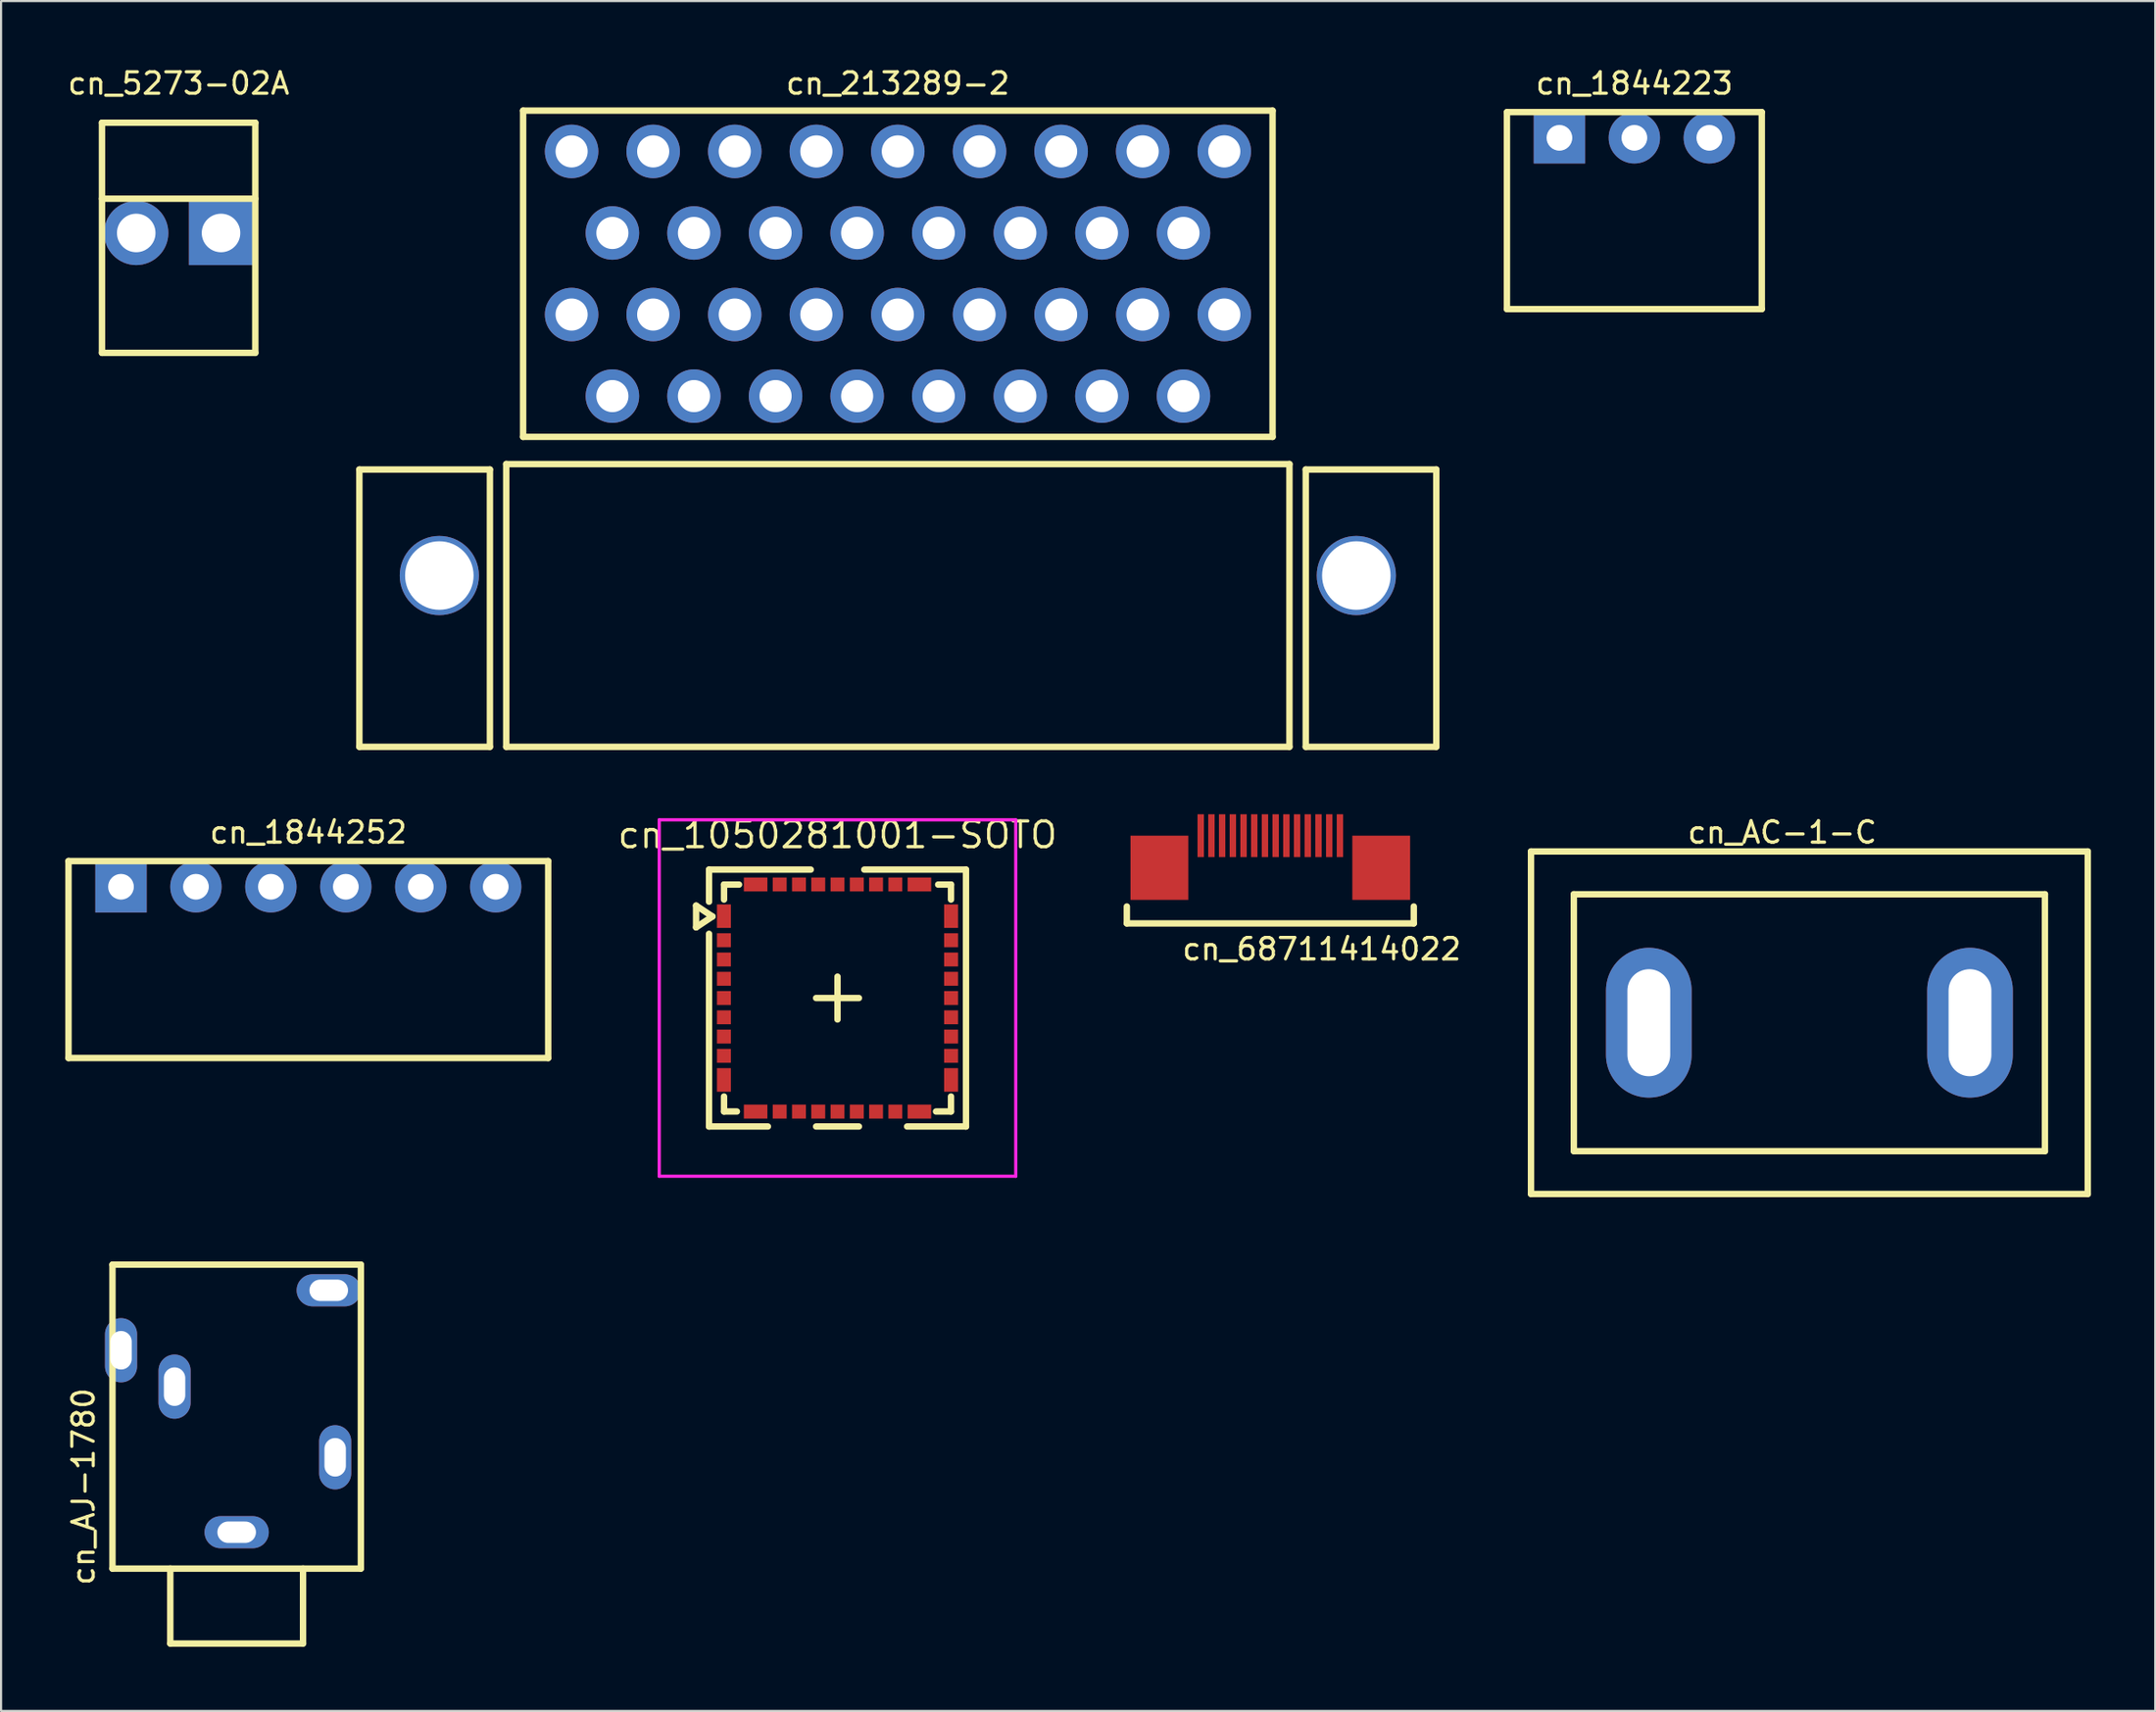
<source format=kicad_pcb>
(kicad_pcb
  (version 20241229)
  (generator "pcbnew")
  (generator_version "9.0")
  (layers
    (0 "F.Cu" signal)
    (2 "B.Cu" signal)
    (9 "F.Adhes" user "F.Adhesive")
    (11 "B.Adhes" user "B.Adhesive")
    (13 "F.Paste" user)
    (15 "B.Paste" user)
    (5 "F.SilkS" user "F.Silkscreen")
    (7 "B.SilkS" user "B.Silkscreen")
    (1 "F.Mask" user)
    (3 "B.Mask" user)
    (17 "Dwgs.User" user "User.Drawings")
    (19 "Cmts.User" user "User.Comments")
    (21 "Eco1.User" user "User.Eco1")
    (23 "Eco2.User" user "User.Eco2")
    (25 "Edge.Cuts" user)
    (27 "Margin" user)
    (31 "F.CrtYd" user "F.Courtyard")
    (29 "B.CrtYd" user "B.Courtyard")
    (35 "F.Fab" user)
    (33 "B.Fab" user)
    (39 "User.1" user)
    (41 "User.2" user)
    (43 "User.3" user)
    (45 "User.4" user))
  (footprint "cn_68711414022"
    (layer "F.Cu")
    (at 56.274 35.486)
    (property "Reference" "cn_68711414022" (at 2.4 5.8 0) (layer "F.SilkS") (effects (font (size 1 1) (thickness 0.15))))
    (attr smd)
    (fp_line (start -6.7 3.81) (end -6.7 4.6) (stroke (width 0.3) (type solid)) (layer "F.SilkS"))
    (fp_line (start -6.7 4.6) (end 6.7 4.6) (stroke (width 0.3) (type solid)) (layer "F.SilkS"))
    (fp_line (start 6.7 4.6) (end 6.7 3.81) (stroke (width 0.3) (type solid)) (layer "F.SilkS"))
    (pad "1" smd rect (at -3.25 0.5) (size 0.3 2) (layers "F.Cu" "F.Mask" "F.Paste"))
    (pad "2" smd rect (at -2.75 0.5) (size 0.3 2) (layers "F.Cu" "F.Mask" "F.Paste"))
    (pad "3" smd rect (at -2.25 0.5) (size 0.3 2) (layers "F.Cu" "F.Mask" "F.Paste"))
    (pad "4" smd rect (at -1.75 0.5) (size 0.3 2) (layers "F.Cu" "F.Mask" "F.Paste"))
    (pad "5" smd rect (at -1.25 0.5) (size 0.3 2) (layers "F.Cu" "F.Mask" "F.Paste"))
    (pad "6" smd rect (at -0.75 0.5) (size 0.3 2) (layers "F.Cu" "F.Mask" "F.Paste"))
    (pad "7" smd rect (at -0.25 0.5) (size 0.3 2) (layers "F.Cu" "F.Mask" "F.Paste"))
    (pad "8" smd rect (at 0.25 0.5) (size 0.3 2) (layers "F.Cu" "F.Mask" "F.Paste"))
    (pad "9" smd rect (at 0.75 0.5) (size 0.3 2) (layers "F.Cu" "F.Mask" "F.Paste"))
    (pad "10" smd rect (at 1.25 0.5) (size 0.3 2) (layers "F.Cu" "F.Mask" "F.Paste"))
    (pad "11" smd rect (at 1.75 0.5) (size 0.3 2) (layers "F.Cu" "F.Mask" "F.Paste"))
    (pad "12" smd rect (at 2.25 0.5) (size 0.3 2) (layers "F.Cu" "F.Mask" "F.Paste"))
    (pad "13" smd rect (at 2.75 0.5) (size 0.3 2) (layers "F.Cu" "F.Mask" "F.Paste"))
    (pad "14" smd rect (at 3.25 0.5) (size 0.3 2) (layers "F.Cu" "F.Mask" "F.Paste"))
    (pad "15" smd rect (at -5.18 2) (size 2.7 3) (layers "F.Cu" "F.Mask" "F.Paste"))
    (pad "16" smd rect (at 5.18 2) (size 2.7 3) (layers "F.Cu" "F.Mask" "F.Paste")))
  (footprint "cn_AJ-1780"
    (layer "F.Cu")
    (at 8.002 70.225)
    (property "Reference" "cn_AJ-1780" (at -7.154 -3.832 90) (layer "F.SilkS") (effects (font (size 1 1) (thickness 0.15))))
    (attr through_hole)
    (fp_line (start -5.8 -14.2) (end 5.8 -14.2) (stroke (width 0.3) (type solid)) (layer "F.SilkS"))
    (fp_line (start -5.8 0) (end -5.8 -14.2) (stroke (width 0.3) (type solid)) (layer "F.SilkS"))
    (fp_line (start -3.1 0) (end -3.1 3.5) (stroke (width 0.3) (type solid)) (layer "F.SilkS"))
    (fp_line (start -3.1 3.5) (end 3.1 3.5) (stroke (width 0.3) (type solid)) (layer "F.SilkS"))
    (fp_line (start 3.1 3.5) (end 3.1 0) (stroke (width 0.3) (type solid)) (layer "F.SilkS"))
    (fp_line (start 5.8 -14.2) (end 5.8 0) (stroke (width 0.3) (type solid)) (layer "F.SilkS"))
    (fp_line (start 5.8 0) (end -5.8 0) (stroke (width 0.3) (type solid)) (layer "F.SilkS"))
    (pad "1" thru_hole oval (at 0 -1.7) (size 3 1.5) (drill oval 1.8 1) (layers "*.Cu" "*.Mask"))
    (pad "2" thru_hole oval (at -5.4 -10.2) (size 1.5 3) (drill oval 1 1.8) (layers "*.Cu" "*.Mask"))
    (pad "3" thru_hole oval (at -2.9 -8.5) (size 1.5 3) (drill oval 1 1.8) (layers "*.Cu" "*.Mask"))
    (pad "4" thru_hole oval (at 4.3 -13) (size 3 1.5) (drill oval 1.8 1) (layers "*.Cu" "*.Mask"))
    (pad "5" thru_hole oval (at 4.6 -5.2) (size 1.5 3) (drill oval 1 1.8) (layers "*.Cu" "*.Mask")))
  (footprint "cn_AC-1-C"
    (layer "F.Cu")
    (at 81.449 44.724)
    (property "Reference" "cn_AC-1-C" (at -1.27 -8.89 0) (layer "F.SilkS") (effects (font (size 1 1) (thickness 0.15))))
    (attr through_hole)
    (fp_line (start -13 -8) (end -13 8) (stroke (width 0.3) (type solid)) (layer "F.SilkS"))
    (fp_line (start -13 8) (end 13 8) (stroke (width 0.3) (type solid)) (layer "F.SilkS"))
    (fp_line (start -11 -6) (end -11 6) (stroke (width 0.3) (type solid)) (layer "F.SilkS"))
    (fp_line (start -11 6) (end 11 6) (stroke (width 0.3) (type solid)) (layer "F.SilkS"))
    (fp_line (start 11 -6) (end -11 -6) (stroke (width 0.3) (type solid)) (layer "F.SilkS"))
    (fp_line (start 11 6) (end 11 -6) (stroke (width 0.3) (type solid)) (layer "F.SilkS"))
    (fp_line (start 13 -8) (end -13 -8) (stroke (width 0.3) (type solid)) (layer "F.SilkS"))
    (fp_line (start 13 8) (end 13 -8) (stroke (width 0.3) (type solid)) (layer "F.SilkS"))
    (pad "1" thru_hole oval (at -7.5 0) (size 4 7) (drill oval 2 5) (layers "*.Cu" "*.Mask"))
    (pad "2" thru_hole oval (at 7.5 0) (size 4 7) (drill oval 2 5) (layers "*.Cu" "*.Mask")))
  (footprint "cn_5273-02A"
    (layer "F.Cu")
    (at 5.292 7.833)
    (property "Reference" "cn_5273-02A" (at 0 -6.985 0) (layer "F.SilkS") (effects (font (size 1 1) (thickness 0.15))))
    (attr through_hole)
    (fp_line (start -3.58 -5.15) (end -3.58 5.6) (stroke (width 0.3) (type solid)) (layer "F.SilkS"))
    (fp_line (start -3.58 -1.6) (end 3.58 -1.6) (stroke (width 0.3) (type solid)) (layer "F.SilkS"))
    (fp_line (start -3.58 5.6) (end 3.58 5.6) (stroke (width 0.3) (type solid)) (layer "F.SilkS"))
    (fp_line (start 3.58 -5.15) (end -3.58 -5.15) (stroke (width 0.3) (type solid)) (layer "F.SilkS"))
    (fp_line (start 3.58 5.6) (end 3.58 -5.15) (stroke (width 0.3) (type solid)) (layer "F.SilkS"))
    (pad "1" thru_hole rect (at 1.98 0) (size 3 3) (drill 1.8) (layers "*.Cu" "*.Mask"))
    (pad "2" thru_hole circle (at -1.98 0) (size 3 3) (drill 1.8) (layers "*.Cu" "*.Mask")))
  (footprint "cn_1050281001-SOTO"
    (layer "F.Cu")
    (at 36.062 43.572)
    (property "Reference" "cn_1050281001-SOTO" (at 0 -7.62 0) (layer "F.SilkS") (effects (font (size 1.2 1.2) (thickness 0.15))))
    (attr through_hole)
    (fp_line (start -6.604 -4.318) (end -6.604 -3.302) (stroke (width 0.3) (type solid)) (layer "F.SilkS"))
    (fp_line (start -6.604 -3.302) (end -5.842 -3.81) (stroke (width 0.3) (type solid)) (layer "F.SilkS"))
    (fp_line (start -6 -6) (end -6 -4.5) (stroke (width 0.3) (type solid)) (layer "F.SilkS"))
    (fp_line (start -6 -6) (end -1.25 -6) (stroke (width 0.3) (type solid)) (layer "F.SilkS"))
    (fp_line (start -6 6) (end -6 -3) (stroke (width 0.3) (type solid)) (layer "F.SilkS"))
    (fp_line (start -5.842 -3.81) (end -6.604 -4.318) (stroke (width 0.3) (type solid)) (layer "F.SilkS"))
    (fp_line (start -5.3 -5.3) (end -5.3 -4.6) (stroke (width 0.3) (type solid)) (layer "F.SilkS"))
    (fp_line (start -5.3 4.6) (end -5.3 5.3) (stroke (width 0.3) (type solid)) (layer "F.SilkS"))
    (fp_line (start -5.3 5.3) (end -4.7 5.3) (stroke (width 0.3) (type solid)) (layer "F.SilkS"))
    (fp_line (start -4.6 -5.3) (end -5.3 -5.3) (stroke (width 0.3) (type solid)) (layer "F.SilkS"))
    (fp_line (start -3.25 6) (end -6 6) (stroke (width 0.3) (type solid)) (layer "F.SilkS"))
    (fp_line (start -1 0) (end 1 0) (stroke (width 0.3) (type solid)) (layer "F.SilkS"))
    (fp_line (start 0 1) (end 0 -1) (stroke (width 0.3) (type solid)) (layer "F.SilkS"))
    (fp_line (start 1 6) (end -1 6) (stroke (width 0.3) (type solid)) (layer "F.SilkS"))
    (fp_line (start 1.25 -6) (end 6 -6) (stroke (width 0.3) (type solid)) (layer "F.SilkS"))
    (fp_line (start 4.6 5.3) (end 5.3 5.3) (stroke (width 0.3) (type solid)) (layer "F.SilkS"))
    (fp_line (start 5.3 -5.3) (end 4.7 -5.3) (stroke (width 0.3) (type solid)) (layer "F.SilkS"))
    (fp_line (start 5.3 -4.6) (end 5.3 -5.3) (stroke (width 0.3) (type solid)) (layer "F.SilkS"))
    (fp_line (start 5.3 5.3) (end 5.3 4.6) (stroke (width 0.3) (type solid)) (layer "F.SilkS"))
    (fp_line (start 6 -6) (end 6 6) (stroke (width 0.3) (type solid)) (layer "F.SilkS"))
    (fp_line (start 6 6) (end 3.25 6) (stroke (width 0.3) (type solid)) (layer "F.SilkS"))
    (fp_line (start -8.325 -8.325) (end 8.325 -8.325) (stroke (width 0.15) (type solid)) (layer "F.CrtYd"))
    (fp_line (start -8.325 8.325) (end -8.325 -8.325) (stroke (width 0.15) (type solid)) (layer "F.CrtYd"))
    (fp_line (start 8.325 -8.325) (end 8.325 8.325) (stroke (width 0.15) (type solid)) (layer "F.CrtYd"))
    (fp_line (start 8.325 8.325) (end -8.325 8.325) (stroke (width 0.15) (type solid)) (layer "F.CrtYd"))
    (pad "1" smd rect (at -5.305 -3.825 90) (size 1.1 0.65) (layers "F.Cu" "F.Mask" "F.Paste"))
    (pad "2" smd rect (at -5.305 -2.7 90) (size 0.65 0.65) (layers "F.Cu" "F.Mask" "F.Paste"))
    (pad "3" smd rect (at -5.305 -1.8 90) (size 0.65 0.65) (layers "F.Cu" "F.Mask" "F.Paste"))
    (pad "4" smd rect (at -5.305 -0.9 90) (size 0.65 0.65) (layers "F.Cu" "F.Mask" "F.Paste"))
    (pad "5" smd rect (at -5.305 0 90) (size 0.65 0.65) (layers "F.Cu" "F.Mask" "F.Paste"))
    (pad "6" smd rect (at -5.305 0.9 90) (size 0.65 0.65) (layers "F.Cu" "F.Mask" "F.Paste"))
    (pad "7" smd rect (at -5.305 1.8 90) (size 0.65 0.65) (layers "F.Cu" "F.Mask" "F.Paste"))
    (pad "8" smd rect (at -5.305 2.7 90) (size 0.65 0.65) (layers "F.Cu" "F.Mask" "F.Paste"))
    (pad "9" smd rect (at -5.305 3.825 90) (size 1.1 0.65) (layers "F.Cu" "F.Mask" "F.Paste"))
    (pad "10" smd rect (at -3.825 5.305) (size 1.1 0.65) (layers "F.Cu" "F.Mask" "F.Paste"))
    (pad "11" smd rect (at -2.7 5.305) (size 0.65 0.65) (layers "F.Cu" "F.Mask" "F.Paste"))
    (pad "12" smd rect (at -1.8 5.305) (size 0.65 0.65) (layers "F.Cu" "F.Mask" "F.Paste"))
    (pad "13" smd rect (at -0.9 5.305) (size 0.65 0.65) (layers "F.Cu" "F.Mask" "F.Paste"))
    (pad "14" smd rect (at 0 5.305) (size 0.65 0.65) (layers "F.Cu" "F.Mask" "F.Paste"))
    (pad "15" smd rect (at 0.9 5.305) (size 0.65 0.65) (layers "F.Cu" "F.Mask" "F.Paste"))
    (pad "16" smd rect (at 1.8 5.305) (size 0.65 0.65) (layers "F.Cu" "F.Mask" "F.Paste"))
    (pad "17" smd rect (at 2.7 5.305) (size 0.65 0.65) (layers "F.Cu" "F.Mask" "F.Paste"))
    (pad "18" smd rect (at 3.825 5.305) (size 1.1 0.65) (layers "F.Cu" "F.Mask" "F.Paste"))
    (pad "19" smd rect (at 5.305 3.825 90) (size 1.1 0.65) (layers "F.Cu" "F.Mask" "F.Paste"))
    (pad "20" smd rect (at 5.305 2.7 90) (size 0.65 0.65) (layers "F.Cu" "F.Mask" "F.Paste"))
    (pad "21" smd rect (at 5.305 1.8 90) (size 0.65 0.65) (layers "F.Cu" "F.Mask" "F.Paste"))
    (pad "22" smd rect (at 5.305 0.9 90) (size 0.65 0.65) (layers "F.Cu" "F.Mask" "F.Paste"))
    (pad "23" smd rect (at 5.305 0 90) (size 0.65 0.65) (layers "F.Cu" "F.Mask" "F.Paste"))
    (pad "24" smd rect (at 5.305 -0.9 90) (size 0.65 0.65) (layers "F.Cu" "F.Mask" "F.Paste"))
    (pad "25" smd rect (at 5.305 -1.8 90) (size 0.65 0.65) (layers "F.Cu" "F.Mask" "F.Paste"))
    (pad "26" smd rect (at 5.305 -2.7 90) (size 0.65 0.65) (layers "F.Cu" "F.Mask" "F.Paste"))
    (pad "27" smd rect (at 5.305 -3.825 90) (size 1.1 0.65) (layers "F.Cu" "F.Mask" "F.Paste"))
    (pad "28" smd rect (at 3.825 -5.305) (size 1.1 0.65) (layers "F.Cu" "F.Mask" "F.Paste"))
    (pad "29" smd rect (at 2.7 -5.305) (size 0.65 0.65) (layers "F.Cu" "F.Mask" "F.Paste"))
    (pad "30" smd rect (at 1.8 -5.305) (size 0.65 0.65) (layers "F.Cu" "F.Mask" "F.Paste"))
    (pad "31" smd rect (at 0.9 -5.305) (size 0.65 0.65) (layers "F.Cu" "F.Mask" "F.Paste"))
    (pad "32" smd rect (at 0 -5.305) (size 0.65 0.65) (layers "F.Cu" "F.Mask" "F.Paste"))
    (pad "33" smd rect (at -0.9 -5.305) (size 0.65 0.65) (layers "F.Cu" "F.Mask" "F.Paste"))
    (pad "34" smd rect (at -1.8 -5.305) (size 0.65 0.65) (layers "F.Cu" "F.Mask" "F.Paste"))
    (pad "35" smd rect (at -2.7 -5.305) (size 0.65 0.65) (layers "F.Cu" "F.Mask" "F.Paste"))
    (pad "36" smd rect (at -3.825 -5.305) (size 1.1 0.65) (layers "F.Cu" "F.Mask" "F.Paste")))
  (footprint "cn_1844223"
    (layer "F.Cu")
    (at 73.275 3.388)
    (property "Reference" "cn_1844223" (at 0 -2.54 0) (layer "F.SilkS") (effects (font (size 1 1) (thickness 0.15))))
    (attr through_hole)
    (fp_line (start -5.95 -1.2) (end -5.95 8) (stroke (width 0.3) (type solid)) (layer "F.SilkS"))
    (fp_line (start -5.95 -1.2) (end 5.95 -1.2) (stroke (width 0.3) (type solid)) (layer "F.SilkS"))
    (fp_line (start -5.95 8) (end 5.95 8) (stroke (width 0.3) (type solid)) (layer "F.SilkS"))
    (fp_line (start 5.95 -1.2) (end 5.95 8) (stroke (width 0.3) (type solid)) (layer "F.SilkS"))
    (pad "1" thru_hole rect (at -3.5 0) (size 2.4 2.4) (drill 1.2) (layers "*.Cu" "*.Mask"))
    (pad "2" thru_hole circle (at 0 0) (size 2.4 2.4) (drill 1.2) (layers "*.Cu" "*.Mask"))
    (pad "3" thru_hole circle (at 3.5 0) (size 2.4 2.4) (drill 1.2) (layers "*.Cu" "*.Mask")))
  (footprint "cn_213289-2"
    (layer "F.Cu")
    (at 38.879 9.738)
    (property "Reference" "cn_213289-2" (at 0 -8.89 0) (layer "F.SilkS") (effects (font (size 1 1) (thickness 0.15))))
    (attr through_hole)
    (fp_line (start -25.146 9.144) (end -25.146 22.098) (stroke (width 0.3) (type solid)) (layer "F.SilkS"))
    (fp_line (start -25.146 9.144) (end -19.05 9.144) (stroke (width 0.3) (type solid)) (layer "F.SilkS"))
    (fp_line (start -25.146 22.098) (end -19.05 22.098) (stroke (width 0.3) (type solid)) (layer "F.SilkS"))
    (fp_line (start -19.05 22.098) (end -19.05 9.144) (stroke (width 0.3) (type solid)) (layer "F.SilkS"))
    (fp_line (start -18.288 8.89) (end -18.288 22.098) (stroke (width 0.3) (type solid)) (layer "F.SilkS"))
    (fp_line (start -18.288 22.098) (end 18.288 22.098) (stroke (width 0.3) (type solid)) (layer "F.SilkS"))
    (fp_line (start -17.5 -7.62) (end -17.5 7.62) (stroke (width 0.3) (type solid)) (layer "F.SilkS"))
    (fp_line (start -17.5 7.62) (end 17.5 7.62) (stroke (width 0.3) (type solid)) (layer "F.SilkS"))
    (fp_line (start 17.5 -7.62) (end -17.5 -7.62) (stroke (width 0.3) (type solid)) (layer "F.SilkS"))
    (fp_line (start 17.5 7.62) (end 17.5 -7.62) (stroke (width 0.3) (type solid)) (layer "F.SilkS"))
    (fp_line (start 18.288 8.89) (end -18.288 8.89) (stroke (width 0.3) (type solid)) (layer "F.SilkS"))
    (fp_line (start 18.288 22.098) (end 18.288 8.89) (stroke (width 0.3) (type solid)) (layer "F.SilkS"))
    (fp_line (start 19.05 22.098) (end 19.05 9.144) (stroke (width 0.3) (type solid)) (layer "F.SilkS"))
    (fp_line (start 25.146 9.144) (end 19.05 9.144) (stroke (width 0.3) (type solid)) (layer "F.SilkS"))
    (fp_line (start 25.146 22.098) (end 19.05 22.098) (stroke (width 0.3) (type solid)) (layer "F.SilkS"))
    (fp_line (start 25.146 22.098) (end 25.146 9.144) (stroke (width 0.3) (type solid)) (layer "F.SilkS"))
    (pad "" np_thru_hole circle (at -21.412 14.097) (size 3.7 3.7) (drill 3.2) (layers "*.Cu" "*.Mask"))
    (pad "" np_thru_hole circle (at 21.412 14.097) (size 3.7 3.7) (drill 3.2) (layers "*.Cu" "*.Mask"))
    (pad "1" thru_hole circle (at 15.245 1.905) (size 2.5 2.5) (drill 1.5) (layers "*.Cu" "*.Mask"))
    (pad "2" thru_hole circle (at 15.245 -5.715) (size 2.5 2.5) (drill 1.5) (layers "*.Cu" "*.Mask"))
    (pad "3" thru_hole circle (at 13.34 5.715) (size 2.5 2.5) (drill 1.5) (layers "*.Cu" "*.Mask"))
    (pad "4" thru_hole circle (at 13.34 -1.905) (size 2.5 2.5) (drill 1.5) (layers "*.Cu" "*.Mask"))
    (pad "5" thru_hole circle (at 11.435 1.905) (size 2.5 2.5) (drill 1.5) (layers "*.Cu" "*.Mask"))
    (pad "6" thru_hole circle (at 11.435 -5.715) (size 2.5 2.5) (drill 1.5) (layers "*.Cu" "*.Mask"))
    (pad "7" thru_hole circle (at 9.53 5.715) (size 2.5 2.5) (drill 1.5) (layers "*.Cu" "*.Mask"))
    (pad "8" thru_hole circle (at 9.53 -1.905) (size 2.5 2.5) (drill 1.5) (layers "*.Cu" "*.Mask"))
    (pad "9" thru_hole circle (at 7.625 1.905) (size 2.5 2.5) (drill 1.5) (layers "*.Cu" "*.Mask"))
    (pad "10" thru_hole circle (at 7.625 -5.715) (size 2.5 2.5) (drill 1.5) (layers "*.Cu" "*.Mask"))
    (pad "11" thru_hole circle (at 5.72 5.715) (size 2.5 2.5) (drill 1.5) (layers "*.Cu" "*.Mask"))
    (pad "12" thru_hole circle (at 5.72 -1.905) (size 2.5 2.5) (drill 1.5) (layers "*.Cu" "*.Mask"))
    (pad "13" thru_hole circle (at 3.815 1.905) (size 2.5 2.5) (drill 1.5) (layers "*.Cu" "*.Mask"))
    (pad "14" thru_hole circle (at 3.815 -5.715) (size 2.5 2.5) (drill 1.5) (layers "*.Cu" "*.Mask"))
    (pad "15" thru_hole circle (at 1.91 5.715) (size 2.5 2.5) (drill 1.5) (layers "*.Cu" "*.Mask"))
    (pad "16" thru_hole circle (at 1.91 -1.905) (size 2.5 2.5) (drill 1.5) (layers "*.Cu" "*.Mask"))
    (pad "17" thru_hole circle (at 0 1.905) (size 2.5 2.5) (drill 1.5) (layers "*.Cu" "*.Mask"))
    (pad "18" thru_hole circle (at 0 -5.715) (size 2.5 2.5) (drill 1.5) (layers "*.Cu" "*.Mask"))
    (pad "19" thru_hole circle (at -1.9 5.715) (size 2.5 2.5) (drill 1.5) (layers "*.Cu" "*.Mask"))
    (pad "20" thru_hole circle (at -1.9 -1.905) (size 2.5 2.5) (drill 1.5) (layers "*.Cu" "*.Mask"))
    (pad "21" thru_hole circle (at -3.805 1.905) (size 2.5 2.5) (drill 1.5) (layers "*.Cu" "*.Mask"))
    (pad "22" thru_hole circle (at -3.805 -5.715) (size 2.5 2.5) (drill 1.5) (layers "*.Cu" "*.Mask"))
    (pad "23" thru_hole circle (at -5.71 5.715) (size 2.5 2.5) (drill 1.5) (layers "*.Cu" "*.Mask"))
    (pad "24" thru_hole circle (at -5.71 -1.905) (size 2.5 2.5) (drill 1.5) (layers "*.Cu" "*.Mask"))
    (pad "25" thru_hole circle (at -7.615 1.905) (size 2.5 2.5) (drill 1.5) (layers "*.Cu" "*.Mask"))
    (pad "26" thru_hole circle (at -7.615 -5.715) (size 2.5 2.5) (drill 1.5) (layers "*.Cu" "*.Mask"))
    (pad "27" thru_hole circle (at -9.52 5.715) (size 2.5 2.5) (drill 1.5) (layers "*.Cu" "*.Mask"))
    (pad "28" thru_hole circle (at -9.52 -1.905) (size 2.5 2.5) (drill 1.5) (layers "*.Cu" "*.Mask"))
    (pad "29" thru_hole circle (at -11.425 1.905) (size 2.5 2.5) (drill 1.5) (layers "*.Cu" "*.Mask"))
    (pad "30" thru_hole circle (at -11.425 -5.715) (size 2.5 2.5) (drill 1.5) (layers "*.Cu" "*.Mask"))
    (pad "31" thru_hole circle (at -13.33 5.715) (size 2.5 2.5) (drill 1.5) (layers "*.Cu" "*.Mask"))
    (pad "32" thru_hole circle (at -13.33 -1.905) (size 2.5 2.5) (drill 1.5) (layers "*.Cu" "*.Mask"))
    (pad "33" thru_hole circle (at -15.235 1.905) (size 2.5 2.5) (drill 1.5) (layers "*.Cu" "*.Mask"))
    (pad "34" thru_hole circle (at -15.235 -5.715) (size 2.5 2.5) (drill 1.5) (layers "*.Cu" "*.Mask")))
  (footprint "cn_1844252"
    (layer "F.Cu")
    (at 11.35 38.374)
    (property "Reference" "cn_1844252" (at 0 -2.54 0) (layer "F.SilkS") (effects (font (size 1 1) (thickness 0.15))))
    (attr through_hole)
    (fp_line (start -11.2 -1.2) (end -11.2 8) (stroke (width 0.3) (type solid)) (layer "F.SilkS"))
    (fp_line (start -11.2 -1.2) (end 11.2 -1.2) (stroke (width 0.3) (type solid)) (layer "F.SilkS"))
    (fp_line (start -11.2 8) (end 11.2 8) (stroke (width 0.3) (type solid)) (layer "F.SilkS"))
    (fp_line (start 11.2 -1.2) (end 11.2 8) (stroke (width 0.3) (type solid)) (layer "F.SilkS"))
    (pad "1" thru_hole rect (at -8.75 0) (size 2.4 2.4) (drill 1.2) (layers "*.Cu" "*.Mask"))
    (pad "2" thru_hole circle (at -5.25 0) (size 2.4 2.4) (drill 1.2) (layers "*.Cu" "*.Mask"))
    (pad "3" thru_hole circle (at -1.75 0) (size 2.4 2.4) (drill 1.2) (layers "*.Cu" "*.Mask"))
    (pad "4" thru_hole circle (at 1.75 0) (size 2.4 2.4) (drill 1.2) (layers "*.Cu" "*.Mask"))
    (pad "5" thru_hole circle (at 5.25 0) (size 2.4 2.4) (drill 1.2) (layers "*.Cu" "*.Mask"))
    (pad "6" thru_hole circle (at 8.75 0) (size 2.4 2.4) (drill 1.2) (layers "*.Cu" "*.Mask")))
  (gr_rect
    (start -3 -3)
    (end 97.599 76.874)
    (stroke (width 0.1) (type default))
    (fill no)
    (layer "Edge.Cuts")))
</source>
